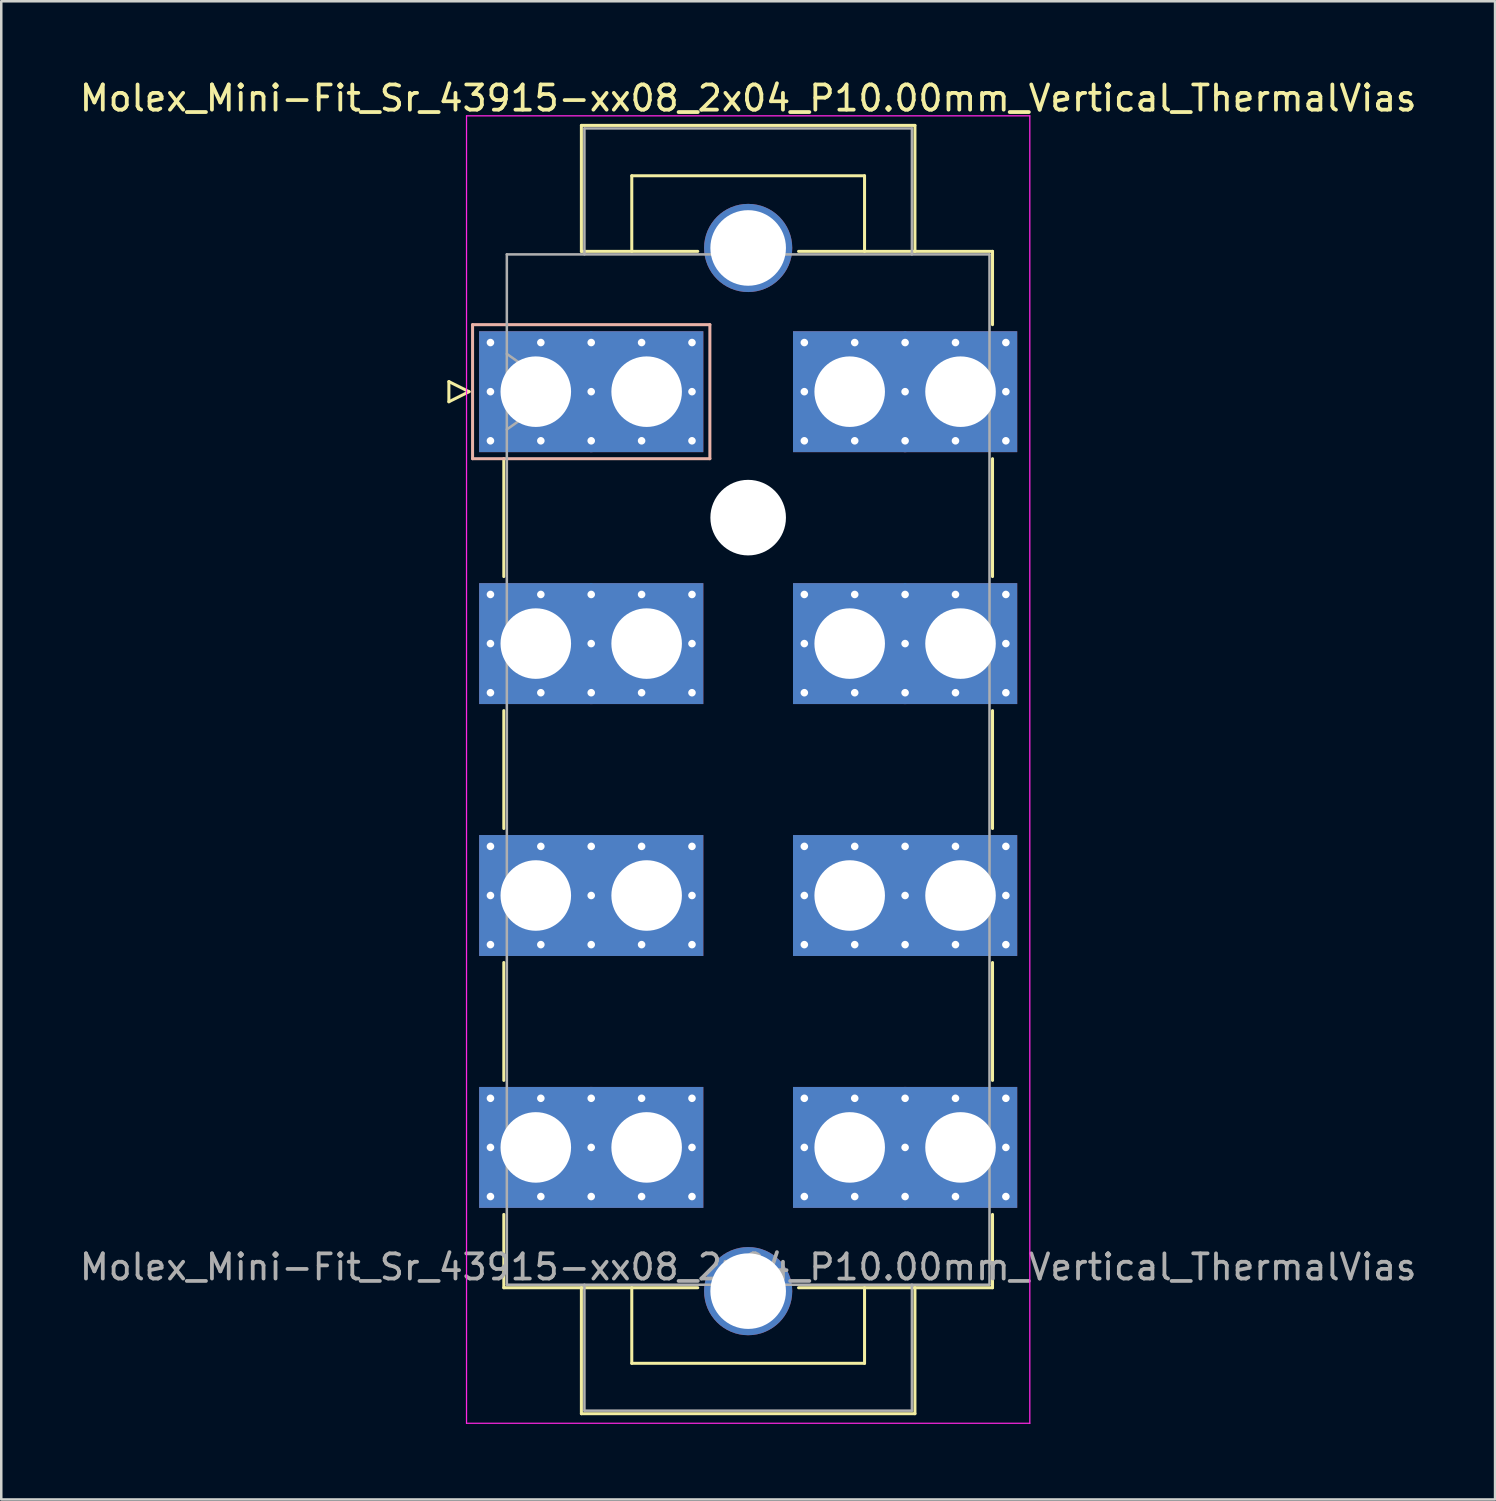
<source format=kicad_pcb>
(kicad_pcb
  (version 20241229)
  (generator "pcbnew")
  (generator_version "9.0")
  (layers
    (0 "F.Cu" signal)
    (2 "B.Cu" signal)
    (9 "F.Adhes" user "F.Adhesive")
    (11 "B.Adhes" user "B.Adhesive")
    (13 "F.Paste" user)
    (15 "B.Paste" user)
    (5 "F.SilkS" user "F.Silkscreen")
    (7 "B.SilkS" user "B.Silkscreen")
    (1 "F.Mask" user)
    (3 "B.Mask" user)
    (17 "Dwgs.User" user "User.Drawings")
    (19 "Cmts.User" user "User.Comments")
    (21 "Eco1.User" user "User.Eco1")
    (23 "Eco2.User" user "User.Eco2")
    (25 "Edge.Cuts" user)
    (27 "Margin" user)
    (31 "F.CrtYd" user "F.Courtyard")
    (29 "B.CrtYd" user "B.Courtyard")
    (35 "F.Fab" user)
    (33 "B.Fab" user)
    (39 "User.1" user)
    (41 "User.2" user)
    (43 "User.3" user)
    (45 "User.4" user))
  (footprint "Molex_Mini-Fit_Sr_43915-xx08_2x04_P10.00mm_Vertical_ThermalVias"
    (layer "F.Cu")
    (at 18.219 12.498)
    (property "Reference" "Molex_Mini-Fit_Sr_43915-xx08_2x04_P10.00mm_Vertical_ThermalVias" (at 8.43 -11.65 0) (layer "F.SilkS") (effects (font (size 1 1) (thickness 0.15))))
    (attr through_hole)
    (fp_line (start -3.45 -0.4) (end -3.45 0.4) (stroke (width 0.12) (type solid)) (layer "F.SilkS"))
    (fp_line (start -3.45 0.4) (end -2.65 0) (stroke (width 0.12) (type solid)) (layer "F.SilkS"))
    (fp_line (start -2.65 0) (end -3.45 -0.4) (stroke (width 0.12) (type solid)) (layer "F.SilkS"))
    (fp_line (start -1.27 2.66) (end -1.27 7.34) (stroke (width 0.12) (type solid)) (layer "F.SilkS"))
    (fp_line (start -1.27 12.66) (end -1.27 17.34) (stroke (width 0.12) (type solid)) (layer "F.SilkS"))
    (fp_line (start -1.27 22.66) (end -1.27 27.34) (stroke (width 0.12) (type solid)) (layer "F.SilkS"))
    (fp_line (start -1.27 32.66) (end -1.27 35.57) (stroke (width 0.12) (type solid)) (layer "F.SilkS"))
    (fp_line (start -1.27 35.57) (end 6.43 35.57) (stroke (width 0.12) (type solid)) (layer "F.SilkS"))
    (fp_line (start 1.81 -10.57) (end 15.05 -10.57) (stroke (width 0.12) (type solid)) (layer "F.SilkS"))
    (fp_line (start 1.81 -5.57) (end 1.81 -10.57) (stroke (width 0.12) (type solid)) (layer "F.SilkS"))
    (fp_line (start 1.81 35.57) (end 1.81 40.57) (stroke (width 0.12) (type solid)) (layer "F.SilkS"))
    (fp_line (start 1.81 40.57) (end 15.05 40.57) (stroke (width 0.12) (type solid)) (layer "F.SilkS"))
    (fp_line (start 3.81 -8.57) (end 13.05 -8.57) (stroke (width 0.12) (type solid)) (layer "F.SilkS"))
    (fp_line (start 3.81 -5.57) (end 3.81 -8.57) (stroke (width 0.12) (type solid)) (layer "F.SilkS"))
    (fp_line (start 3.81 35.57) (end 3.81 38.57) (stroke (width 0.12) (type solid)) (layer "F.SilkS"))
    (fp_line (start 3.81 38.57) (end 13.05 38.57) (stroke (width 0.12) (type solid)) (layer "F.SilkS"))
    (fp_line (start 6.43 -5.57) (end 1.81 -5.57) (stroke (width 0.12) (type solid)) (layer "F.SilkS"))
    (fp_line (start 13.05 -8.57) (end 13.05 -5.57) (stroke (width 0.12) (type solid)) (layer "F.SilkS"))
    (fp_line (start 13.05 38.57) (end 13.05 35.57) (stroke (width 0.12) (type solid)) (layer "F.SilkS"))
    (fp_line (start 15.05 -10.57) (end 15.05 -5.57) (stroke (width 0.12) (type solid)) (layer "F.SilkS"))
    (fp_line (start 15.05 40.57) (end 15.05 35.57) (stroke (width 0.12) (type solid)) (layer "F.SilkS"))
    (fp_line (start 18.13 -5.57) (end 10.43 -5.57) (stroke (width 0.12) (type solid)) (layer "F.SilkS"))
    (fp_line (start 18.13 -2.66) (end 18.13 -5.57) (stroke (width 0.12) (type solid)) (layer "F.SilkS"))
    (fp_line (start 18.13 2.66) (end 18.13 7.34) (stroke (width 0.12) (type solid)) (layer "F.SilkS"))
    (fp_line (start 18.13 12.66) (end 18.13 17.34) (stroke (width 0.12) (type solid)) (layer "F.SilkS"))
    (fp_line (start 18.13 22.66) (end 18.13 27.34) (stroke (width 0.12) (type solid)) (layer "F.SilkS"))
    (fp_line (start 18.13 32.66) (end 18.13 35.57) (stroke (width 0.12) (type solid)) (layer "F.SilkS"))
    (fp_line (start 18.13 35.57) (end 10.43 35.57) (stroke (width 0.12) (type solid)) (layer "F.SilkS"))
    (fp_line (start -2.51 -2.66) (end -2.51 2.66) (stroke (width 0.12) (type solid)) (layer "B.SilkS"))
    (fp_line (start -2.51 2.66) (end 6.91 2.66) (stroke (width 0.12) (type solid)) (layer "B.SilkS"))
    (fp_line (start 6.91 -2.66) (end -2.51 -2.66) (stroke (width 0.12) (type solid)) (layer "B.SilkS"))
    (fp_line (start 6.91 2.66) (end 6.91 -2.66) (stroke (width 0.12) (type solid)) (layer "B.SilkS"))
    (fp_line (start -2.75 -10.95) (end -2.75 40.95) (stroke (width 0.05) (type solid)) (layer "F.CrtYd"))
    (fp_line (start -2.75 40.95) (end 19.61 40.95) (stroke (width 0.05) (type solid)) (layer "F.CrtYd"))
    (fp_line (start 19.61 -10.95) (end -2.75 -10.95) (stroke (width 0.05) (type solid)) (layer "F.CrtYd"))
    (fp_line (start 19.61 40.95) (end 19.61 -10.95) (stroke (width 0.05) (type solid)) (layer "F.CrtYd"))
    (fp_line (start -1.15 -5.45) (end -1.15 35.45) (stroke (width 0.1) (type solid)) (layer "F.Fab"))
    (fp_line (start -1.15 -1.5) (end 0.971 0) (stroke (width 0.1) (type solid)) (layer "F.Fab"))
    (fp_line (start -1.15 35.45) (end 18.01 35.45) (stroke (width 0.1) (type solid)) (layer "F.Fab"))
    (fp_line (start 0.971 0) (end -1.15 1.5) (stroke (width 0.1) (type solid)) (layer "F.Fab"))
    (fp_line (start 1.93 -10.45) (end 14.93 -10.45) (stroke (width 0.1) (type solid)) (layer "F.Fab"))
    (fp_line (start 1.93 -5.45) (end 1.93 -10.45) (stroke (width 0.1) (type solid)) (layer "F.Fab"))
    (fp_line (start 1.93 35.45) (end 1.93 40.45) (stroke (width 0.1) (type solid)) (layer "F.Fab"))
    (fp_line (start 1.93 40.45) (end 14.93 40.45) (stroke (width 0.1) (type solid)) (layer "F.Fab"))
    (fp_line (start 14.93 -10.45) (end 14.93 -5.45) (stroke (width 0.1) (type solid)) (layer "F.Fab"))
    (fp_line (start 14.93 40.45) (end 14.93 35.45) (stroke (width 0.1) (type solid)) (layer "F.Fab"))
    (fp_line (start 18.01 -5.45) (end -1.15 -5.45) (stroke (width 0.1) (type solid)) (layer "F.Fab"))
    (fp_line (start 18.01 35.45) (end 18.01 -5.45) (stroke (width 0.1) (type solid)) (layer "F.Fab"))
    (fp_text user "${REFERENCE}" (at 8.43 34.75 0) (layer "F.Fab") (effects (font (size 1 1) (thickness 0.15))))
    (pad "" thru_hole circle (at 8.43 -5.705) (size 3.5 3.5) (drill 3) (layers "*.Cu" "*.Mask"))
    (pad "" np_thru_hole circle (at 8.43 5) (size 3 3) (drill 3) (layers "*.Cu" "*.Mask"))
    (pad "" thru_hole circle (at 8.43 35.705) (size 3.5 3.5) (drill 3) (layers "*.Cu" "*.Mask"))
    (pad "1" thru_hole rect (at -1.8 -1.95) (size 0.6 0.6) (drill 0.3) (layers "*.Cu" "*.Mask"))
    (pad "1" thru_hole rect (at -1.8 0) (size 0.6 0.6) (drill 0.3) (layers "*.Cu" "*.Mask"))
    (pad "1" thru_hole rect (at -1.8 1.95) (size 0.6 0.6) (drill 0.3) (layers "*.Cu" "*.Mask"))
    (pad "1" thru_hole rect (at 0 0) (size 4.5 4.8) (drill 2.8) (layers "*.Cu" "*.Mask"))
    (pad "1" thru_hole rect (at 0.2 -1.95) (size 0.6 0.6) (drill 0.3) (layers "*.Cu" "*.Mask"))
    (pad "1" thru_hole rect (at 0.2 1.95) (size 0.6 0.6) (drill 0.3) (layers "*.Cu" "*.Mask"))
    (pad "1" thru_hole rect (at 2.2 -1.95) (size 0.6 0.6) (drill 0.3) (layers "*.Cu" "*.Mask"))
    (pad "1" thru_hole rect (at 2.2 0) (size 0.6 0.6) (drill 0.3) (layers "*.Cu" "*.Mask"))
    (pad "1" thru_hole rect (at 2.2 1.95) (size 0.6 0.6) (drill 0.3) (layers "*.Cu" "*.Mask"))
    (pad "1" thru_hole rect (at 4.2 -1.95) (size 0.6 0.6) (drill 0.3) (layers "*.Cu" "*.Mask"))
    (pad "1" thru_hole rect (at 4.2 1.95) (size 0.6 0.6) (drill 0.3) (layers "*.Cu" "*.Mask"))
    (pad "1" thru_hole rect (at 4.4 0) (size 4.5 4.8) (drill 2.8) (layers "*.Cu" "*.Mask"))
    (pad "1" thru_hole rect (at 6.2 -1.95) (size 0.6 0.6) (drill 0.3) (layers "*.Cu" "*.Mask"))
    (pad "1" thru_hole rect (at 6.2 0) (size 0.6 0.6) (drill 0.3) (layers "*.Cu" "*.Mask"))
    (pad "1" thru_hole rect (at 6.2 1.95) (size 0.6 0.6) (drill 0.3) (layers "*.Cu" "*.Mask"))
    (pad "2" thru_hole circle (at -1.8 8.05) (size 0.6 0.6) (drill 0.3) (layers "*.Cu" "*.Mask"))
    (pad "2" thru_hole circle (at -1.8 10) (size 0.6 0.6) (drill 0.3) (layers "*.Cu" "*.Mask"))
    (pad "2" thru_hole circle (at -1.8 11.95) (size 0.6 0.6) (drill 0.3) (layers "*.Cu" "*.Mask"))
    (pad "2" thru_hole rect (at 0 10) (size 4.5 4.8) (drill 2.8) (layers "*.Cu" "*.Mask"))
    (pad "2" thru_hole circle (at 0.2 8.05) (size 0.6 0.6) (drill 0.3) (layers "*.Cu" "*.Mask"))
    (pad "2" thru_hole circle (at 0.2 11.95) (size 0.6 0.6) (drill 0.3) (layers "*.Cu" "*.Mask"))
    (pad "2" thru_hole circle (at 2.2 8.05) (size 0.6 0.6) (drill 0.3) (layers "*.Cu" "*.Mask"))
    (pad "2" thru_hole circle (at 2.2 10) (size 0.6 0.6) (drill 0.3) (layers "*.Cu" "*.Mask"))
    (pad "2" thru_hole circle (at 2.2 11.95) (size 0.6 0.6) (drill 0.3) (layers "*.Cu" "*.Mask"))
    (pad "2" thru_hole circle (at 4.2 8.05) (size 0.6 0.6) (drill 0.3) (layers "*.Cu" "*.Mask"))
    (pad "2" thru_hole circle (at 4.2 11.95) (size 0.6 0.6) (drill 0.3) (layers "*.Cu" "*.Mask"))
    (pad "2" thru_hole rect (at 4.4 10) (size 4.5 4.8) (drill 2.8) (layers "*.Cu" "*.Mask"))
    (pad "2" thru_hole circle (at 6.2 8.05) (size 0.6 0.6) (drill 0.3) (layers "*.Cu" "*.Mask"))
    (pad "2" thru_hole circle (at 6.2 10) (size 0.6 0.6) (drill 0.3) (layers "*.Cu" "*.Mask"))
    (pad "2" thru_hole circle (at 6.2 11.95) (size 0.6 0.6) (drill 0.3) (layers "*.Cu" "*.Mask"))
    (pad "3" thru_hole circle (at -1.8 18.05) (size 0.6 0.6) (drill 0.3) (layers "*.Cu" "*.Mask"))
    (pad "3" thru_hole circle (at -1.8 20) (size 0.6 0.6) (drill 0.3) (layers "*.Cu" "*.Mask"))
    (pad "3" thru_hole circle (at -1.8 21.95) (size 0.6 0.6) (drill 0.3) (layers "*.Cu" "*.Mask"))
    (pad "3" thru_hole rect (at 0 20) (size 4.5 4.8) (drill 2.8) (layers "*.Cu" "*.Mask"))
    (pad "3" thru_hole circle (at 0.2 18.05) (size 0.6 0.6) (drill 0.3) (layers "*.Cu" "*.Mask"))
    (pad "3" thru_hole circle (at 0.2 21.95) (size 0.6 0.6) (drill 0.3) (layers "*.Cu" "*.Mask"))
    (pad "3" thru_hole circle (at 2.2 18.05) (size 0.6 0.6) (drill 0.3) (layers "*.Cu" "*.Mask"))
    (pad "3" thru_hole circle (at 2.2 20) (size 0.6 0.6) (drill 0.3) (layers "*.Cu" "*.Mask"))
    (pad "3" thru_hole circle (at 2.2 21.95) (size 0.6 0.6) (drill 0.3) (layers "*.Cu" "*.Mask"))
    (pad "3" thru_hole circle (at 4.2 18.05) (size 0.6 0.6) (drill 0.3) (layers "*.Cu" "*.Mask"))
    (pad "3" thru_hole circle (at 4.2 21.95) (size 0.6 0.6) (drill 0.3) (layers "*.Cu" "*.Mask"))
    (pad "3" thru_hole rect (at 4.4 20) (size 4.5 4.8) (drill 2.8) (layers "*.Cu" "*.Mask"))
    (pad "3" thru_hole circle (at 6.2 18.05) (size 0.6 0.6) (drill 0.3) (layers "*.Cu" "*.Mask"))
    (pad "3" thru_hole circle (at 6.2 20) (size 0.6 0.6) (drill 0.3) (layers "*.Cu" "*.Mask"))
    (pad "3" thru_hole circle (at 6.2 21.95) (size 0.6 0.6) (drill 0.3) (layers "*.Cu" "*.Mask"))
    (pad "4" thru_hole circle (at -1.8 28.05) (size 0.6 0.6) (drill 0.3) (layers "*.Cu" "*.Mask"))
    (pad "4" thru_hole circle (at -1.8 30) (size 0.6 0.6) (drill 0.3) (layers "*.Cu" "*.Mask"))
    (pad "4" thru_hole circle (at -1.8 31.95) (size 0.6 0.6) (drill 0.3) (layers "*.Cu" "*.Mask"))
    (pad "4" thru_hole rect (at 0 30) (size 4.5 4.8) (drill 2.8) (layers "*.Cu" "*.Mask"))
    (pad "4" thru_hole circle (at 0.2 28.05) (size 0.6 0.6) (drill 0.3) (layers "*.Cu" "*.Mask"))
    (pad "4" thru_hole circle (at 0.2 31.95) (size 0.6 0.6) (drill 0.3) (layers "*.Cu" "*.Mask"))
    (pad "4" thru_hole circle (at 2.2 28.05) (size 0.6 0.6) (drill 0.3) (layers "*.Cu" "*.Mask"))
    (pad "4" thru_hole circle (at 2.2 30) (size 0.6 0.6) (drill 0.3) (layers "*.Cu" "*.Mask"))
    (pad "4" thru_hole circle (at 2.2 31.95) (size 0.6 0.6) (drill 0.3) (layers "*.Cu" "*.Mask"))
    (pad "4" thru_hole circle (at 4.2 28.05) (size 0.6 0.6) (drill 0.3) (layers "*.Cu" "*.Mask"))
    (pad "4" thru_hole circle (at 4.2 31.95) (size 0.6 0.6) (drill 0.3) (layers "*.Cu" "*.Mask"))
    (pad "4" thru_hole rect (at 4.4 30) (size 4.5 4.8) (drill 2.8) (layers "*.Cu" "*.Mask"))
    (pad "4" thru_hole circle (at 6.2 28.05) (size 0.6 0.6) (drill 0.3) (layers "*.Cu" "*.Mask"))
    (pad "4" thru_hole circle (at 6.2 30) (size 0.6 0.6) (drill 0.3) (layers "*.Cu" "*.Mask"))
    (pad "4" thru_hole circle (at 6.2 31.95) (size 0.6 0.6) (drill 0.3) (layers "*.Cu" "*.Mask"))
    (pad "5" thru_hole circle (at 10.66 -1.95) (size 0.6 0.6) (drill 0.3) (layers "*.Cu" "*.Mask"))
    (pad "5" thru_hole circle (at 10.66 0) (size 0.6 0.6) (drill 0.3) (layers "*.Cu" "*.Mask"))
    (pad "5" thru_hole circle (at 10.66 1.95) (size 0.6 0.6) (drill 0.3) (layers "*.Cu" "*.Mask"))
    (pad "5" thru_hole rect (at 12.46 0) (size 4.5 4.8) (drill 2.8) (layers "*.Cu" "*.Mask"))
    (pad "5" thru_hole circle (at 12.66 -1.95) (size 0.6 0.6) (drill 0.3) (layers "*.Cu" "*.Mask"))
    (pad "5" thru_hole circle (at 12.66 1.95) (size 0.6 0.6) (drill 0.3) (layers "*.Cu" "*.Mask"))
    (pad "5" thru_hole circle (at 14.66 -1.95) (size 0.6 0.6) (drill 0.3) (layers "*.Cu" "*.Mask"))
    (pad "5" thru_hole circle (at 14.66 0) (size 0.6 0.6) (drill 0.3) (layers "*.Cu" "*.Mask"))
    (pad "5" thru_hole circle (at 14.66 1.95) (size 0.6 0.6) (drill 0.3) (layers "*.Cu" "*.Mask"))
    (pad "5" thru_hole circle (at 16.66 -1.95) (size 0.6 0.6) (drill 0.3) (layers "*.Cu" "*.Mask"))
    (pad "5" thru_hole circle (at 16.66 1.95) (size 0.6 0.6) (drill 0.3) (layers "*.Cu" "*.Mask"))
    (pad "5" thru_hole rect (at 16.86 0) (size 4.5 4.8) (drill 2.8) (layers "*.Cu" "*.Mask"))
    (pad "5" thru_hole circle (at 18.66 -1.95) (size 0.6 0.6) (drill 0.3) (layers "*.Cu" "*.Mask"))
    (pad "5" thru_hole circle (at 18.66 0) (size 0.6 0.6) (drill 0.3) (layers "*.Cu" "*.Mask"))
    (pad "5" thru_hole circle (at 18.66 1.95) (size 0.6 0.6) (drill 0.3) (layers "*.Cu" "*.Mask"))
    (pad "6" thru_hole circle (at 10.66 8.05) (size 0.6 0.6) (drill 0.3) (layers "*.Cu" "*.Mask"))
    (pad "6" thru_hole circle (at 10.66 10) (size 0.6 0.6) (drill 0.3) (layers "*.Cu" "*.Mask"))
    (pad "6" thru_hole circle (at 10.66 11.95) (size 0.6 0.6) (drill 0.3) (layers "*.Cu" "*.Mask"))
    (pad "6" thru_hole rect (at 12.46 10) (size 4.5 4.8) (drill 2.8) (layers "*.Cu" "*.Mask"))
    (pad "6" thru_hole circle (at 12.66 8.05) (size 0.6 0.6) (drill 0.3) (layers "*.Cu" "*.Mask"))
    (pad "6" thru_hole circle (at 12.66 11.95) (size 0.6 0.6) (drill 0.3) (layers "*.Cu" "*.Mask"))
    (pad "6" thru_hole circle (at 14.66 8.05) (size 0.6 0.6) (drill 0.3) (layers "*.Cu" "*.Mask"))
    (pad "6" thru_hole circle (at 14.66 10) (size 0.6 0.6) (drill 0.3) (layers "*.Cu" "*.Mask"))
    (pad "6" thru_hole circle (at 14.66 11.95) (size 0.6 0.6) (drill 0.3) (layers "*.Cu" "*.Mask"))
    (pad "6" thru_hole circle (at 16.66 8.05) (size 0.6 0.6) (drill 0.3) (layers "*.Cu" "*.Mask"))
    (pad "6" thru_hole circle (at 16.66 11.95) (size 0.6 0.6) (drill 0.3) (layers "*.Cu" "*.Mask"))
    (pad "6" thru_hole rect (at 16.86 10) (size 4.5 4.8) (drill 2.8) (layers "*.Cu" "*.Mask"))
    (pad "6" thru_hole circle (at 18.66 8.05) (size 0.6 0.6) (drill 0.3) (layers "*.Cu" "*.Mask"))
    (pad "6" thru_hole circle (at 18.66 10) (size 0.6 0.6) (drill 0.3) (layers "*.Cu" "*.Mask"))
    (pad "6" thru_hole circle (at 18.66 11.95) (size 0.6 0.6) (drill 0.3) (layers "*.Cu" "*.Mask"))
    (pad "7" thru_hole circle (at 10.66 18.05) (size 0.6 0.6) (drill 0.3) (layers "*.Cu" "*.Mask"))
    (pad "7" thru_hole circle (at 10.66 20) (size 0.6 0.6) (drill 0.3) (layers "*.Cu" "*.Mask"))
    (pad "7" thru_hole circle (at 10.66 21.95) (size 0.6 0.6) (drill 0.3) (layers "*.Cu" "*.Mask"))
    (pad "7" thru_hole rect (at 12.46 20) (size 4.5 4.8) (drill 2.8) (layers "*.Cu" "*.Mask"))
    (pad "7" thru_hole circle (at 12.66 18.05) (size 0.6 0.6) (drill 0.3) (layers "*.Cu" "*.Mask"))
    (pad "7" thru_hole circle (at 12.66 21.95) (size 0.6 0.6) (drill 0.3) (layers "*.Cu" "*.Mask"))
    (pad "7" thru_hole circle (at 14.66 18.05) (size 0.6 0.6) (drill 0.3) (layers "*.Cu" "*.Mask"))
    (pad "7" thru_hole circle (at 14.66 20) (size 0.6 0.6) (drill 0.3) (layers "*.Cu" "*.Mask"))
    (pad "7" thru_hole circle (at 14.66 21.95) (size 0.6 0.6) (drill 0.3) (layers "*.Cu" "*.Mask"))
    (pad "7" thru_hole circle (at 16.66 18.05) (size 0.6 0.6) (drill 0.3) (layers "*.Cu" "*.Mask"))
    (pad "7" thru_hole circle (at 16.66 21.95) (size 0.6 0.6) (drill 0.3) (layers "*.Cu" "*.Mask"))
    (pad "7" thru_hole rect (at 16.86 20) (size 4.5 4.8) (drill 2.8) (layers "*.Cu" "*.Mask"))
    (pad "7" thru_hole circle (at 18.66 18.05) (size 0.6 0.6) (drill 0.3) (layers "*.Cu" "*.Mask"))
    (pad "7" thru_hole circle (at 18.66 20) (size 0.6 0.6) (drill 0.3) (layers "*.Cu" "*.Mask"))
    (pad "7" thru_hole circle (at 18.66 21.95) (size 0.6 0.6) (drill 0.3) (layers "*.Cu" "*.Mask"))
    (pad "8" thru_hole circle (at 10.66 28.05) (size 0.6 0.6) (drill 0.3) (layers "*.Cu" "*.Mask"))
    (pad "8" thru_hole circle (at 10.66 30) (size 0.6 0.6) (drill 0.3) (layers "*.Cu" "*.Mask"))
    (pad "8" thru_hole circle (at 10.66 31.95) (size 0.6 0.6) (drill 0.3) (layers "*.Cu" "*.Mask"))
    (pad "8" thru_hole rect (at 12.46 30) (size 4.5 4.8) (drill 2.8) (layers "*.Cu" "*.Mask"))
    (pad "8" thru_hole circle (at 12.66 28.05) (size 0.6 0.6) (drill 0.3) (layers "*.Cu" "*.Mask"))
    (pad "8" thru_hole circle (at 12.66 31.95) (size 0.6 0.6) (drill 0.3) (layers "*.Cu" "*.Mask"))
    (pad "8" thru_hole circle (at 14.66 28.05) (size 0.6 0.6) (drill 0.3) (layers "*.Cu" "*.Mask"))
    (pad "8" thru_hole circle (at 14.66 30) (size 0.6 0.6) (drill 0.3) (layers "*.Cu" "*.Mask"))
    (pad "8" thru_hole circle (at 14.66 31.95) (size 0.6 0.6) (drill 0.3) (layers "*.Cu" "*.Mask"))
    (pad "8" thru_hole circle (at 16.66 28.05) (size 0.6 0.6) (drill 0.3) (layers "*.Cu" "*.Mask"))
    (pad "8" thru_hole circle (at 16.66 31.95) (size 0.6 0.6) (drill 0.3) (layers "*.Cu" "*.Mask"))
    (pad "8" thru_hole rect (at 16.86 30) (size 4.5 4.8) (drill 2.8) (layers "*.Cu" "*.Mask"))
    (pad "8" thru_hole circle (at 18.66 28.05) (size 0.6 0.6) (drill 0.3) (layers "*.Cu" "*.Mask"))
    (pad "8" thru_hole circle (at 18.66 30) (size 0.6 0.6) (drill 0.3) (layers "*.Cu" "*.Mask"))
    (pad "8" thru_hole circle (at 18.66 31.95) (size 0.6 0.6) (drill 0.3) (layers "*.Cu" "*.Mask")))
  (gr_rect
    (start -3 -3)
    (end 56.298 56.473)
    (stroke (width 0.1) (type default))
    (fill no)
    (layer "Edge.Cuts")))
</source>
